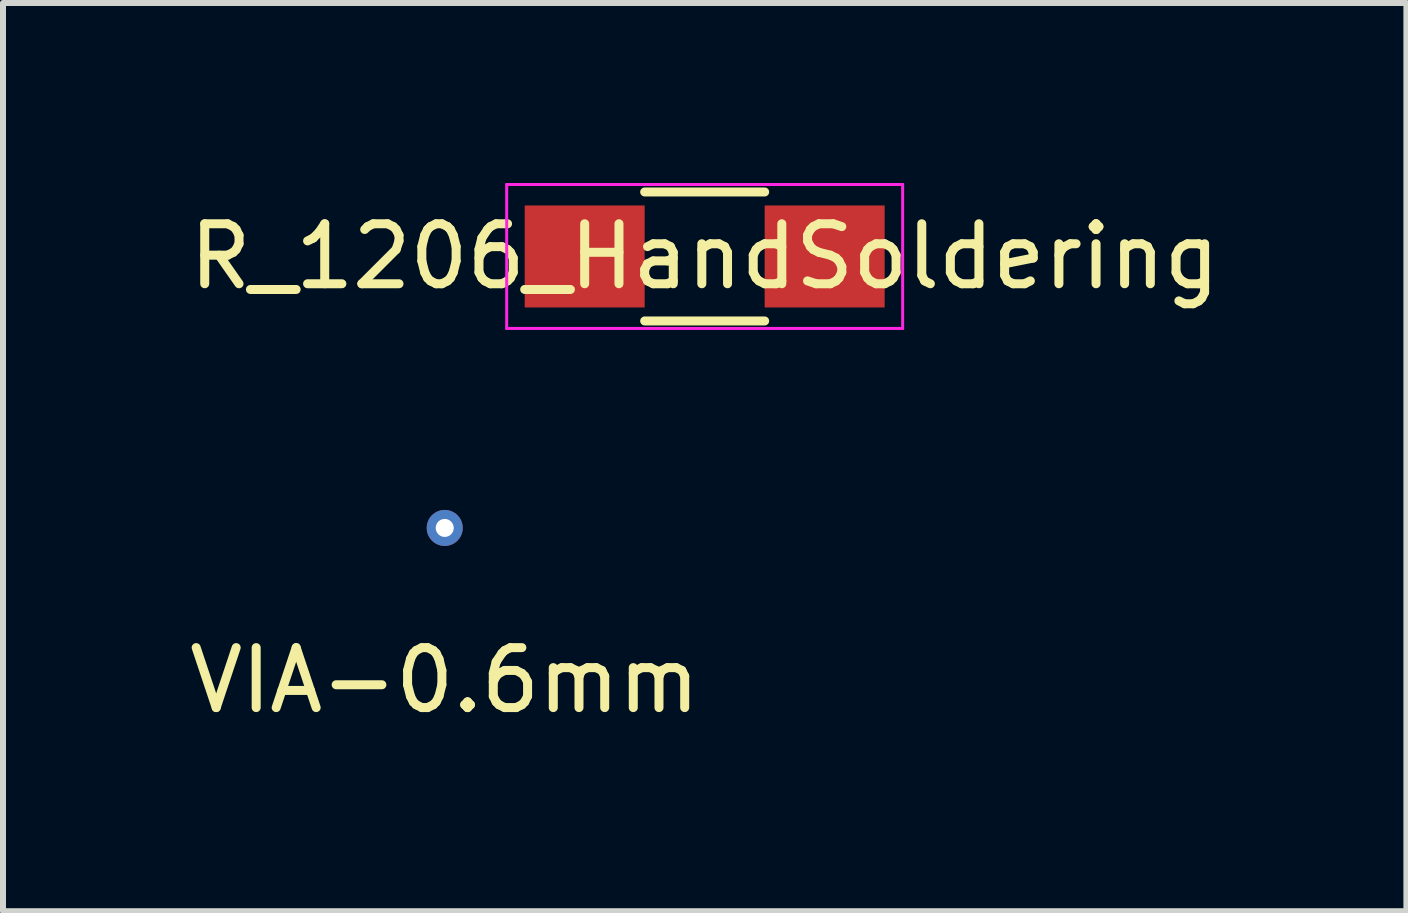
<source format=kicad_pcb>
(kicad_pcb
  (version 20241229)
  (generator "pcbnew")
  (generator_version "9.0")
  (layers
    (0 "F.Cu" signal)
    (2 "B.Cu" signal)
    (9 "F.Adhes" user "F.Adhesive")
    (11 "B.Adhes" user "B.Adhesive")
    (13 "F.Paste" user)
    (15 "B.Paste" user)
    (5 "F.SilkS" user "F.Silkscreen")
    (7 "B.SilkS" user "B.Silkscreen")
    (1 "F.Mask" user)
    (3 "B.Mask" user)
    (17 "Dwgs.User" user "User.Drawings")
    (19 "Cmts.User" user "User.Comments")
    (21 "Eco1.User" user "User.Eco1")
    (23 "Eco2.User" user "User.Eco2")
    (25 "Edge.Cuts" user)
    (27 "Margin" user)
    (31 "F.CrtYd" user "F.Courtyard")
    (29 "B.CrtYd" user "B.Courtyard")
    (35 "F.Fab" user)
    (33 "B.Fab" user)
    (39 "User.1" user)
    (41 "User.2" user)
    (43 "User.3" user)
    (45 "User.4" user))
  (footprint "R_1206_HandSoldering"
    (layer "F.Cu")
    (at 8.696 1.225)
    (property "Reference" "R_1206_HandSoldering" (at 0 0 0) (layer "F.SilkS") (effects (font (size 1 1) (thickness 0.15))))
    (attr smd)
    (fp_line (start -1 -1.075) (end 1 -1.075) (stroke (width 0.15) (type solid)) (layer "F.SilkS"))
    (fp_line (start 1 1.075) (end -1 1.075) (stroke (width 0.15) (type solid)) (layer "F.SilkS"))
    (fp_line (start -3.3 -1.2) (end -3.3 1.2) (stroke (width 0.05) (type solid)) (layer "F.CrtYd"))
    (fp_line (start -3.3 -1.2) (end 3.3 -1.2) (stroke (width 0.05) (type solid)) (layer "F.CrtYd"))
    (fp_line (start -3.3 1.2) (end 3.3 1.2) (stroke (width 0.05) (type solid)) (layer "F.CrtYd"))
    (fp_line (start 3.3 -1.2) (end 3.3 1.2) (stroke (width 0.05) (type solid)) (layer "F.CrtYd"))
    (pad "1" smd rect (at -2 0) (size 2 1.7) (layers "F.Cu" "F.Mask" "F.Paste"))
    (pad "2" smd rect (at 2 0) (size 2 1.7) (layers "F.Cu" "F.Mask" "F.Paste")))
  (footprint "VIA-0.6mm"
    (layer "F.Cu")
    (at 4.363 5.75)
    (property "Reference" "VIA-0.6mm" (at 0 2.54 0) (layer "F.SilkS") (effects (font (size 1 1) (thickness 0.15))))
    (attr through_hole)
    (pad "1" thru_hole circle (at 0 0) (size 0.6 0.6) (drill 0.3) (layers "*.Cu")))
  (gr_rect
    (start -3 -3)
    (end 20.393 12.138)
    (stroke (width 0.1) (type default))
    (fill no)
    (layer "Edge.Cuts")))
</source>
